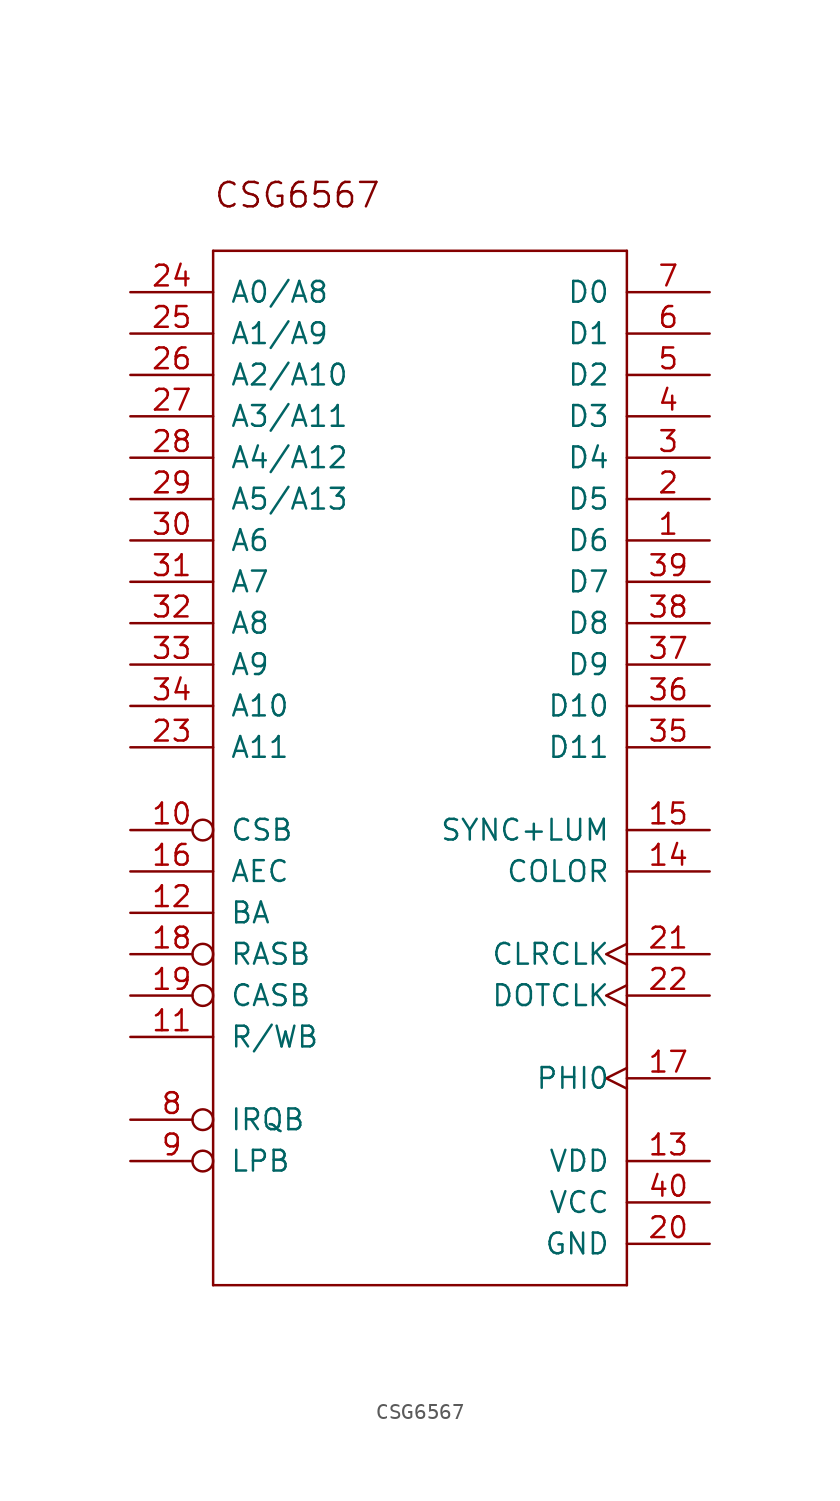
<source format=kicad_sym>
(kicad_symbol_lib
  (version 20211014)
  (generator kicad_symbol_editor)
  (symbol "CSG6567"
    (pin_names
      (offset 1.016))
    (property "Reference" ""
      (at 0 0 0)
      (effects (font (size 1.27 1.27)) hide))
    (property "ki_locked" ""
      (at 0 0 0)
      (effects (font (size 1.27 1.27))))
    (symbol "CSG6567_1_0"
      (polyline (pts (xy -12.7 -43.18) (xy -12.7 20.32)) (stroke (width 0) (type default) (color 0 0 0 0)) (fill (type none)))
      (polyline (pts (xy -12.7 20.32) (xy 12.7 20.32)) (stroke (width 0) (type default) (color 0 0 0 0)) (fill (type none)))
      (polyline (pts (xy 12.7 -43.18) (xy -12.7 -43.18)) (stroke (width 0) (type default) (color 0 0 0 0)) (fill (type none)))
      (polyline (pts (xy 12.7 20.32) (xy 12.7 -43.18)) (stroke (width 0) (type default) (color 0 0 0 0)) (fill (type none)))
      (text "CSG6567" (at -12.7 22.86 0) (effects (font (size 1.499 1.499)) (justify left bottom)))
      (pin bidirectional line (at 17.78 2.54 180) (length 5.08) (name "D6" (effects (font (size 1.27 1.27)))) (number "1" (effects (font (size 1.27 1.27)))))
      (pin input inverted (at -17.78 -15.24 0) (length 5.08) (name "CSB" (effects (font (size 1.27 1.27)))) (number "10" (effects (font (size 1.27 1.27)))))
      (pin input line (at -17.78 -27.94 0) (length 5.08) (name "R/WB" (effects (font (size 1.27 1.27)))) (number "11" (effects (font (size 1.27 1.27)))))
      (pin output line (at -17.78 -20.32 0) (length 5.08) (name "BA" (effects (font (size 1.27 1.27)))) (number "12" (effects (font (size 1.27 1.27)))))
      (pin power_in line (at 17.78 -35.56 180) (length 5.08) (name "VDD" (effects (font (size 1.27 1.27)))) (number "13" (effects (font (size 1.27 1.27)))))
      (pin output line (at 17.78 -17.78 180) (length 5.08) (name "COLOR" (effects (font (size 1.27 1.27)))) (number "14" (effects (font (size 1.27 1.27)))))
      (pin output line (at 17.78 -15.24 180) (length 5.08) (name "SYNC+LUM" (effects (font (size 1.27 1.27)))) (number "15" (effects (font (size 1.27 1.27)))))
      (pin output line (at -17.78 -17.78 0) (length 5.08) (name "AEC" (effects (font (size 1.27 1.27)))) (number "16" (effects (font (size 1.27 1.27)))))
      (pin output clock (at 17.78 -30.48 180) (length 5.08) (name "PHI0" (effects (font (size 1.27 1.27)))) (number "17" (effects (font (size 1.27 1.27)))))
      (pin output inverted (at -17.78 -22.86 0) (length 5.08) (name "RASB" (effects (font (size 1.27 1.27)))) (number "18" (effects (font (size 1.27 1.27)))))
      (pin output inverted (at -17.78 -25.4 0) (length 5.08) (name "CASB" (effects (font (size 1.27 1.27)))) (number "19" (effects (font (size 1.27 1.27)))))
      (pin bidirectional line (at 17.78 5.08 180) (length 5.08) (name "D5" (effects (font (size 1.27 1.27)))) (number "2" (effects (font (size 1.27 1.27)))))
      (pin power_in line (at 17.78 -40.64 180) (length 5.08) (name "GND" (effects (font (size 1.27 1.27)))) (number "20" (effects (font (size 1.27 1.27)))))
      (pin input clock (at 17.78 -22.86 180) (length 5.08) (name "CLRCLK" (effects (font (size 1.27 1.27)))) (number "21" (effects (font (size 1.27 1.27)))))
      (pin input clock (at 17.78 -25.4 180) (length 5.08) (name "DOTCLK" (effects (font (size 1.27 1.27)))) (number "22" (effects (font (size 1.27 1.27)))))
      (pin output line (at -17.78 -10.16 0) (length 5.08) (name "A11" (effects (font (size 1.27 1.27)))) (number "23" (effects (font (size 1.27 1.27)))))
      (pin bidirectional line (at -17.78 17.78 0) (length 5.08) (name "A0/A8" (effects (font (size 1.27 1.27)))) (number "24" (effects (font (size 1.27 1.27)))))
      (pin bidirectional line (at -17.78 15.24 0) (length 5.08) (name "A1/A9" (effects (font (size 1.27 1.27)))) (number "25" (effects (font (size 1.27 1.27)))))
      (pin bidirectional line (at -17.78 12.7 0) (length 5.08) (name "A2/A10" (effects (font (size 1.27 1.27)))) (number "26" (effects (font (size 1.27 1.27)))))
      (pin bidirectional line (at -17.78 10.16 0) (length 5.08) (name "A3/A11" (effects (font (size 1.27 1.27)))) (number "27" (effects (font (size 1.27 1.27)))))
      (pin bidirectional line (at -17.78 7.62 0) (length 5.08) (name "A4/A12" (effects (font (size 1.27 1.27)))) (number "28" (effects (font (size 1.27 1.27)))))
      (pin bidirectional line (at -17.78 5.08 0) (length 5.08) (name "A5/A13" (effects (font (size 1.27 1.27)))) (number "29" (effects (font (size 1.27 1.27)))))
      (pin bidirectional line (at 17.78 7.62 180) (length 5.08) (name "D4" (effects (font (size 1.27 1.27)))) (number "3" (effects (font (size 1.27 1.27)))))
      (pin bidirectional line (at -17.78 2.54 0) (length 5.08) (name "A6" (effects (font (size 1.27 1.27)))) (number "30" (effects (font (size 1.27 1.27)))))
      (pin bidirectional line (at -17.78 0 0) (length 5.08) (name "A7" (effects (font (size 1.27 1.27)))) (number "31" (effects (font (size 1.27 1.27)))))
      (pin output line (at -17.78 -2.54 0) (length 5.08) (name "A8" (effects (font (size 1.27 1.27)))) (number "32" (effects (font (size 1.27 1.27)))))
      (pin output line (at -17.78 -5.08 0) (length 5.08) (name "A9" (effects (font (size 1.27 1.27)))) (number "33" (effects (font (size 1.27 1.27)))))
      (pin output line (at -17.78 -7.62 0) (length 5.08) (name "A10" (effects (font (size 1.27 1.27)))) (number "34" (effects (font (size 1.27 1.27)))))
      (pin input line (at 17.78 -10.16 180) (length 5.08) (name "D11" (effects (font (size 1.27 1.27)))) (number "35" (effects (font (size 1.27 1.27)))))
      (pin input line (at 17.78 -7.62 180) (length 5.08) (name "D10" (effects (font (size 1.27 1.27)))) (number "36" (effects (font (size 1.27 1.27)))))
      (pin input line (at 17.78 -5.08 180) (length 5.08) (name "D9" (effects (font (size 1.27 1.27)))) (number "37" (effects (font (size 1.27 1.27)))))
      (pin input line (at 17.78 -2.54 180) (length 5.08) (name "D8" (effects (font (size 1.27 1.27)))) (number "38" (effects (font (size 1.27 1.27)))))
      (pin bidirectional line (at 17.78 0 180) (length 5.08) (name "D7" (effects (font (size 1.27 1.27)))) (number "39" (effects (font (size 1.27 1.27)))))
      (pin bidirectional line (at 17.78 10.16 180) (length 5.08) (name "D3" (effects (font (size 1.27 1.27)))) (number "4" (effects (font (size 1.27 1.27)))))
      (pin power_in line (at 17.78 -38.1 180) (length 5.08) (name "VCC" (effects (font (size 1.27 1.27)))) (number "40" (effects (font (size 1.27 1.27)))))
      (pin bidirectional line (at 17.78 12.7 180) (length 5.08) (name "D2" (effects (font (size 1.27 1.27)))) (number "5" (effects (font (size 1.27 1.27)))))
      (pin bidirectional line (at 17.78 15.24 180) (length 5.08) (name "D1" (effects (font (size 1.27 1.27)))) (number "6" (effects (font (size 1.27 1.27)))))
      (pin bidirectional line (at 17.78 17.78 180) (length 5.08) (name "D0" (effects (font (size 1.27 1.27)))) (number "7" (effects (font (size 1.27 1.27)))))
      (pin open_collector inverted (at -17.78 -33.02 0) (length 5.08) (name "IRQB" (effects (font (size 1.27 1.27)))) (number "8" (effects (font (size 1.27 1.27)))))
      (pin input inverted (at -17.78 -35.56 0) (length 5.08) (name "LPB" (effects (font (size 1.27 1.27)))) (number "9" (effects (font (size 1.27 1.27))))))))
</source>
